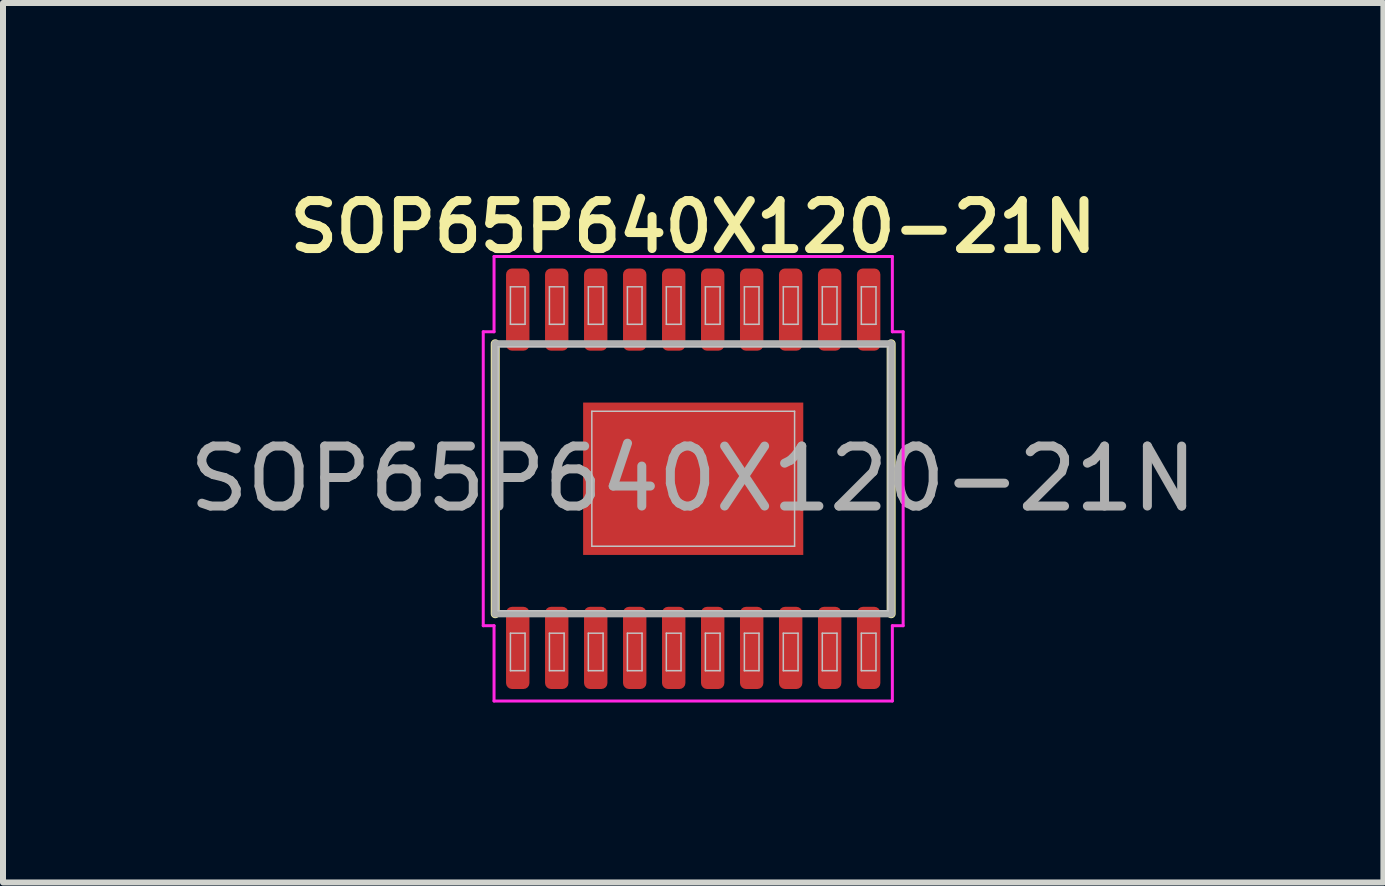
<source format=kicad_pcb>
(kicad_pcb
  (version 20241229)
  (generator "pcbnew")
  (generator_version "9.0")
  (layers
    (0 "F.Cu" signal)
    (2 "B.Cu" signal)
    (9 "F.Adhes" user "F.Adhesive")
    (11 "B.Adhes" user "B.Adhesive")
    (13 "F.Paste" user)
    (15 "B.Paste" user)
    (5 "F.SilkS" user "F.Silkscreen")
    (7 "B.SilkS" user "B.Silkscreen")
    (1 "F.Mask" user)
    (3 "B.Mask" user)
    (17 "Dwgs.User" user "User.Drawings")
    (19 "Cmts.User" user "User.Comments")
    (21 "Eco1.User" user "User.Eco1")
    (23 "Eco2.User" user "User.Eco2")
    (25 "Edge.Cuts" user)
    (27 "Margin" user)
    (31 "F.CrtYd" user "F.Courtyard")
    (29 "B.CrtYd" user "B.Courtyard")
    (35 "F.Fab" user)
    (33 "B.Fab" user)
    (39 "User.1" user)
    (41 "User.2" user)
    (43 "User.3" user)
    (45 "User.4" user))
  (footprint "SOP65P640X120-21N"
    (layer "F.Cu")
    (at 8.506 4.931)
    (property "Reference" "SOP65P640X120-21N" (at 0 -4.2 0) (layer "F.SilkS") (effects (font (size 0.8 0.8) (thickness 0.15))))
    (attr smd)
    (fp_line (start -3.3 2.25) (end -3.3 -2.25) (stroke (width 0.15) (type solid)) (layer "F.SilkS"))
    (fp_line (start 3.3 2.25) (end 3.3 -2.25) (stroke (width 0.15) (type solid)) (layer "F.SilkS"))
    (fp_line (start -3.25 -2.2) (end 3.25 -2.2) (stroke (width 0.025) (type solid)) (layer "Dwgs.User"))
    (fp_line (start -3.25 2.2) (end -3.25 -2.2) (stroke (width 0.025) (type solid)) (layer "Dwgs.User"))
    (fp_line (start -3.047 -3.2) (end -2.803 -3.2) (stroke (width 0.025) (type solid)) (layer "Dwgs.User"))
    (fp_line (start -3.047 -2.575) (end -3.047 -3.2) (stroke (width 0.025) (type solid)) (layer "Dwgs.User"))
    (fp_line (start -3.047 2.575) (end -2.803 2.575) (stroke (width 0.025) (type solid)) (layer "Dwgs.User"))
    (fp_line (start -3.047 3.2) (end -3.047 2.575) (stroke (width 0.025) (type solid)) (layer "Dwgs.User"))
    (fp_line (start -2.803 -3.2) (end -2.803 -2.575) (stroke (width 0.025) (type solid)) (layer "Dwgs.User"))
    (fp_line (start -2.803 -2.575) (end -3.047 -2.575) (stroke (width 0.025) (type solid)) (layer "Dwgs.User"))
    (fp_line (start -2.803 2.575) (end -2.803 3.2) (stroke (width 0.025) (type solid)) (layer "Dwgs.User"))
    (fp_line (start -2.803 3.2) (end -3.047 3.2) (stroke (width 0.025) (type solid)) (layer "Dwgs.User"))
    (fp_line (start -2.397 -3.2) (end -2.152 -3.2) (stroke (width 0.025) (type solid)) (layer "Dwgs.User"))
    (fp_line (start -2.397 -2.575) (end -2.397 -3.2) (stroke (width 0.025) (type solid)) (layer "Dwgs.User"))
    (fp_line (start -2.397 2.575) (end -2.152 2.575) (stroke (width 0.025) (type solid)) (layer "Dwgs.User"))
    (fp_line (start -2.397 3.2) (end -2.397 2.575) (stroke (width 0.025) (type solid)) (layer "Dwgs.User"))
    (fp_line (start -2.152 -3.2) (end -2.152 -2.575) (stroke (width 0.025) (type solid)) (layer "Dwgs.User"))
    (fp_line (start -2.152 -2.575) (end -2.397 -2.575) (stroke (width 0.025) (type solid)) (layer "Dwgs.User"))
    (fp_line (start -2.152 2.575) (end -2.152 3.2) (stroke (width 0.025) (type solid)) (layer "Dwgs.User"))
    (fp_line (start -2.152 3.2) (end -2.397 3.2) (stroke (width 0.025) (type solid)) (layer "Dwgs.User"))
    (fp_line (start -1.748 -3.2) (end -1.502 -3.2) (stroke (width 0.025) (type solid)) (layer "Dwgs.User"))
    (fp_line (start -1.748 -2.575) (end -1.748 -3.2) (stroke (width 0.025) (type solid)) (layer "Dwgs.User"))
    (fp_line (start -1.748 2.575) (end -1.502 2.575) (stroke (width 0.025) (type solid)) (layer "Dwgs.User"))
    (fp_line (start -1.748 3.2) (end -1.748 2.575) (stroke (width 0.025) (type solid)) (layer "Dwgs.User"))
    (fp_line (start -1.69 -1.125) (end 1.69 -1.125) (stroke (width 0.025) (type solid)) (layer "Dwgs.User"))
    (fp_line (start -1.69 1.125) (end -1.69 -1.125) (stroke (width 0.025) (type solid)) (layer "Dwgs.User"))
    (fp_line (start -1.502 -3.2) (end -1.502 -2.575) (stroke (width 0.025) (type solid)) (layer "Dwgs.User"))
    (fp_line (start -1.502 -2.575) (end -1.748 -2.575) (stroke (width 0.025) (type solid)) (layer "Dwgs.User"))
    (fp_line (start -1.502 2.575) (end -1.502 3.2) (stroke (width 0.025) (type solid)) (layer "Dwgs.User"))
    (fp_line (start -1.502 3.2) (end -1.748 3.2) (stroke (width 0.025) (type solid)) (layer "Dwgs.User"))
    (fp_line (start -1.097 -3.2) (end -0.853 -3.2) (stroke (width 0.025) (type solid)) (layer "Dwgs.User"))
    (fp_line (start -1.097 -2.575) (end -1.097 -3.2) (stroke (width 0.025) (type solid)) (layer "Dwgs.User"))
    (fp_line (start -1.097 2.575) (end -0.853 2.575) (stroke (width 0.025) (type solid)) (layer "Dwgs.User"))
    (fp_line (start -1.097 3.2) (end -1.097 2.575) (stroke (width 0.025) (type solid)) (layer "Dwgs.User"))
    (fp_line (start -0.853 -3.2) (end -0.853 -2.575) (stroke (width 0.025) (type solid)) (layer "Dwgs.User"))
    (fp_line (start -0.853 -2.575) (end -1.097 -2.575) (stroke (width 0.025) (type solid)) (layer "Dwgs.User"))
    (fp_line (start -0.853 2.575) (end -0.853 3.2) (stroke (width 0.025) (type solid)) (layer "Dwgs.User"))
    (fp_line (start -0.853 3.2) (end -1.097 3.2) (stroke (width 0.025) (type solid)) (layer "Dwgs.User"))
    (fp_line (start -0.448 -3.2) (end -0.203 -3.2) (stroke (width 0.025) (type solid)) (layer "Dwgs.User"))
    (fp_line (start -0.448 -2.575) (end -0.448 -3.2) (stroke (width 0.025) (type solid)) (layer "Dwgs.User"))
    (fp_line (start -0.448 2.575) (end -0.203 2.575) (stroke (width 0.025) (type solid)) (layer "Dwgs.User"))
    (fp_line (start -0.448 3.2) (end -0.448 2.575) (stroke (width 0.025) (type solid)) (layer "Dwgs.User"))
    (fp_line (start -0.203 -3.2) (end -0.203 -2.575) (stroke (width 0.025) (type solid)) (layer "Dwgs.User"))
    (fp_line (start -0.203 -2.575) (end -0.448 -2.575) (stroke (width 0.025) (type solid)) (layer "Dwgs.User"))
    (fp_line (start -0.203 2.575) (end -0.203 3.2) (stroke (width 0.025) (type solid)) (layer "Dwgs.User"))
    (fp_line (start -0.203 3.2) (end -0.448 3.2) (stroke (width 0.025) (type solid)) (layer "Dwgs.User"))
    (fp_line (start 0.203 -3.2) (end 0.448 -3.2) (stroke (width 0.025) (type solid)) (layer "Dwgs.User"))
    (fp_line (start 0.203 -2.575) (end 0.203 -3.2) (stroke (width 0.025) (type solid)) (layer "Dwgs.User"))
    (fp_line (start 0.203 2.575) (end 0.448 2.575) (stroke (width 0.025) (type solid)) (layer "Dwgs.User"))
    (fp_line (start 0.203 3.2) (end 0.203 2.575) (stroke (width 0.025) (type solid)) (layer "Dwgs.User"))
    (fp_line (start 0.448 -3.2) (end 0.448 -2.575) (stroke (width 0.025) (type solid)) (layer "Dwgs.User"))
    (fp_line (start 0.448 -2.575) (end 0.203 -2.575) (stroke (width 0.025) (type solid)) (layer "Dwgs.User"))
    (fp_line (start 0.448 2.575) (end 0.448 3.2) (stroke (width 0.025) (type solid)) (layer "Dwgs.User"))
    (fp_line (start 0.448 3.2) (end 0.203 3.2) (stroke (width 0.025) (type solid)) (layer "Dwgs.User"))
    (fp_line (start 0.853 -3.2) (end 1.097 -3.2) (stroke (width 0.025) (type solid)) (layer "Dwgs.User"))
    (fp_line (start 0.853 -2.575) (end 0.853 -3.2) (stroke (width 0.025) (type solid)) (layer "Dwgs.User"))
    (fp_line (start 0.853 2.575) (end 1.097 2.575) (stroke (width 0.025) (type solid)) (layer "Dwgs.User"))
    (fp_line (start 0.853 3.2) (end 0.853 2.575) (stroke (width 0.025) (type solid)) (layer "Dwgs.User"))
    (fp_line (start 1.097 -3.2) (end 1.097 -2.575) (stroke (width 0.025) (type solid)) (layer "Dwgs.User"))
    (fp_line (start 1.097 -2.575) (end 0.853 -2.575) (stroke (width 0.025) (type solid)) (layer "Dwgs.User"))
    (fp_line (start 1.097 2.575) (end 1.097 3.2) (stroke (width 0.025) (type solid)) (layer "Dwgs.User"))
    (fp_line (start 1.097 3.2) (end 0.853 3.2) (stroke (width 0.025) (type solid)) (layer "Dwgs.User"))
    (fp_line (start 1.502 -3.2) (end 1.748 -3.2) (stroke (width 0.025) (type solid)) (layer "Dwgs.User"))
    (fp_line (start 1.502 -2.575) (end 1.502 -3.2) (stroke (width 0.025) (type solid)) (layer "Dwgs.User"))
    (fp_line (start 1.502 2.575) (end 1.748 2.575) (stroke (width 0.025) (type solid)) (layer "Dwgs.User"))
    (fp_line (start 1.502 3.2) (end 1.502 2.575) (stroke (width 0.025) (type solid)) (layer "Dwgs.User"))
    (fp_line (start 1.69 -1.125) (end 1.69 1.125) (stroke (width 0.025) (type solid)) (layer "Dwgs.User"))
    (fp_line (start 1.69 1.125) (end -1.69 1.125) (stroke (width 0.025) (type solid)) (layer "Dwgs.User"))
    (fp_line (start 1.748 -3.2) (end 1.748 -2.575) (stroke (width 0.025) (type solid)) (layer "Dwgs.User"))
    (fp_line (start 1.748 -2.575) (end 1.502 -2.575) (stroke (width 0.025) (type solid)) (layer "Dwgs.User"))
    (fp_line (start 1.748 2.575) (end 1.748 3.2) (stroke (width 0.025) (type solid)) (layer "Dwgs.User"))
    (fp_line (start 1.748 3.2) (end 1.502 3.2) (stroke (width 0.025) (type solid)) (layer "Dwgs.User"))
    (fp_line (start 2.152 -3.2) (end 2.397 -3.2) (stroke (width 0.025) (type solid)) (layer "Dwgs.User"))
    (fp_line (start 2.152 -2.575) (end 2.152 -3.2) (stroke (width 0.025) (type solid)) (layer "Dwgs.User"))
    (fp_line (start 2.152 2.575) (end 2.397 2.575) (stroke (width 0.025) (type solid)) (layer "Dwgs.User"))
    (fp_line (start 2.152 3.2) (end 2.152 2.575) (stroke (width 0.025) (type solid)) (layer "Dwgs.User"))
    (fp_line (start 2.397 -3.2) (end 2.397 -2.575) (stroke (width 0.025) (type solid)) (layer "Dwgs.User"))
    (fp_line (start 2.397 -2.575) (end 2.152 -2.575) (stroke (width 0.025) (type solid)) (layer "Dwgs.User"))
    (fp_line (start 2.397 2.575) (end 2.397 3.2) (stroke (width 0.025) (type solid)) (layer "Dwgs.User"))
    (fp_line (start 2.397 3.2) (end 2.152 3.2) (stroke (width 0.025) (type solid)) (layer "Dwgs.User"))
    (fp_line (start 2.803 -3.2) (end 3.047 -3.2) (stroke (width 0.025) (type solid)) (layer "Dwgs.User"))
    (fp_line (start 2.803 -2.575) (end 2.803 -3.2) (stroke (width 0.025) (type solid)) (layer "Dwgs.User"))
    (fp_line (start 2.803 2.575) (end 3.047 2.575) (stroke (width 0.025) (type solid)) (layer "Dwgs.User"))
    (fp_line (start 2.803 3.2) (end 2.803 2.575) (stroke (width 0.025) (type solid)) (layer "Dwgs.User"))
    (fp_line (start 3.047 -3.2) (end 3.047 -2.575) (stroke (width 0.025) (type solid)) (layer "Dwgs.User"))
    (fp_line (start 3.047 -2.575) (end 2.803 -2.575) (stroke (width 0.025) (type solid)) (layer "Dwgs.User"))
    (fp_line (start 3.047 2.575) (end 3.047 3.2) (stroke (width 0.025) (type solid)) (layer "Dwgs.User"))
    (fp_line (start 3.047 3.2) (end 2.803 3.2) (stroke (width 0.025) (type solid)) (layer "Dwgs.User"))
    (fp_line (start 3.25 -2.2) (end 3.25 2.2) (stroke (width 0.025) (type solid)) (layer "Dwgs.User"))
    (fp_line (start 3.25 2.2) (end -3.25 2.2) (stroke (width 0.025) (type solid)) (layer "Dwgs.User"))
    (fp_line (start -3.5 -2.45) (end -3.5 2.45) (stroke (width 0.05) (type solid)) (layer "F.CrtYd"))
    (fp_line (start -3.5 2.45) (end -3.32 2.45) (stroke (width 0.05) (type solid)) (layer "F.CrtYd"))
    (fp_line (start -3.32 -3.705) (end -3.32 -2.45) (stroke (width 0.05) (type solid)) (layer "F.CrtYd"))
    (fp_line (start -3.32 -2.45) (end -3.5 -2.45) (stroke (width 0.05) (type solid)) (layer "F.CrtYd"))
    (fp_line (start -3.32 2.45) (end -3.32 3.705) (stroke (width 0.05) (type solid)) (layer "F.CrtYd"))
    (fp_line (start -3.32 3.705) (end 3.32 3.705) (stroke (width 0.05) (type solid)) (layer "F.CrtYd"))
    (fp_line (start 3.32 -3.705) (end -3.32 -3.705) (stroke (width 0.05) (type solid)) (layer "F.CrtYd"))
    (fp_line (start 3.32 -2.45) (end 3.32 -3.705) (stroke (width 0.05) (type solid)) (layer "F.CrtYd"))
    (fp_line (start 3.32 2.45) (end 3.5 2.45) (stroke (width 0.05) (type solid)) (layer "F.CrtYd"))
    (fp_line (start 3.32 3.705) (end 3.32 2.45) (stroke (width 0.05) (type solid)) (layer "F.CrtYd"))
    (fp_line (start 3.5 -2.45) (end 3.32 -2.45) (stroke (width 0.05) (type solid)) (layer "F.CrtYd"))
    (fp_line (start 3.5 2.45) (end 3.5 -2.45) (stroke (width 0.05) (type solid)) (layer "F.CrtYd"))
    (fp_line (start -3.3 -2.25) (end 3.3 -2.25) (stroke (width 0.12) (type solid)) (layer "F.Fab"))
    (fp_line (start -3.3 2.25) (end -3.3 -2.25) (stroke (width 0.12) (type solid)) (layer "F.Fab"))
    (fp_line (start 3.3 -2.25) (end 3.3 2.25) (stroke (width 0.12) (type solid)) (layer "F.Fab"))
    (fp_line (start 3.3 2.25) (end -3.3 2.25) (stroke (width 0.12) (type solid)) (layer "F.Fab"))
    (fp_text user "${REFERENCE}" (at 0 0 0) (layer "F.Fab") (effects (font (size 1 1) (thickness 0.15))))
    (pad "" smd rect (at -0.845 -0.565 90) (size 0.8 1.36) (layers "F.Paste"))
    (pad "" smd rect (at -0.845 0.565 90) (size 0.8 1.36) (layers "F.Paste"))
    (pad "" smd rect (at 0.845 -0.565 90) (size 0.8 1.36) (layers "F.Paste"))
    (pad "" smd rect (at 0.845 0.565 90) (size 0.8 1.36) (layers "F.Paste"))
    (pad "1" smd roundrect (at -2.925 2.82 90) (size 1.37 0.39) (layers "F.Cu" "F.Mask" "F.Paste") (roundrect_rratio 0.256))
    (pad "2" smd roundrect (at -2.275 2.82 90) (size 1.37 0.39) (layers "F.Cu" "F.Mask" "F.Paste") (roundrect_rratio 0.256))
    (pad "3" smd roundrect (at -1.625 2.82 90) (size 1.37 0.39) (layers "F.Cu" "F.Mask" "F.Paste") (roundrect_rratio 0.256))
    (pad "4" smd roundrect (at -0.975 2.82 90) (size 1.37 0.39) (layers "F.Cu" "F.Mask" "F.Paste") (roundrect_rratio 0.256))
    (pad "5" smd roundrect (at -0.325 2.82 90) (size 1.37 0.39) (layers "F.Cu" "F.Mask" "F.Paste") (roundrect_rratio 0.256))
    (pad "6" smd roundrect (at 0.325 2.82 90) (size 1.37 0.39) (layers "F.Cu" "F.Mask" "F.Paste") (roundrect_rratio 0.256))
    (pad "7" smd roundrect (at 0.975 2.82 90) (size 1.37 0.39) (layers "F.Cu" "F.Mask" "F.Paste") (roundrect_rratio 0.256))
    (pad "8" smd roundrect (at 1.625 2.82 90) (size 1.37 0.39) (layers "F.Cu" "F.Mask" "F.Paste") (roundrect_rratio 0.256))
    (pad "9" smd roundrect (at 2.275 2.82 90) (size 1.37 0.39) (layers "F.Cu" "F.Mask" "F.Paste") (roundrect_rratio 0.256))
    (pad "10" smd roundrect (at 2.925 2.82 90) (size 1.37 0.39) (layers "F.Cu" "F.Mask" "F.Paste") (roundrect_rratio 0.256))
    (pad "11" smd roundrect (at 2.925 -2.82 90) (size 1.37 0.39) (layers "F.Cu" "F.Mask" "F.Paste") (roundrect_rratio 0.256))
    (pad "12" smd roundrect (at 2.275 -2.82 90) (size 1.37 0.39) (layers "F.Cu" "F.Mask" "F.Paste") (roundrect_rratio 0.256))
    (pad "13" smd roundrect (at 1.625 -2.82 90) (size 1.37 0.39) (layers "F.Cu" "F.Mask" "F.Paste") (roundrect_rratio 0.256))
    (pad "14" smd roundrect (at 0.975 -2.82 90) (size 1.37 0.39) (layers "F.Cu" "F.Mask" "F.Paste") (roundrect_rratio 0.256))
    (pad "15" smd roundrect (at 0.325 -2.82 90) (size 1.37 0.39) (layers "F.Cu" "F.Mask" "F.Paste") (roundrect_rratio 0.256))
    (pad "16" smd roundrect (at -0.325 -2.82 90) (size 1.37 0.39) (layers "F.Cu" "F.Mask" "F.Paste") (roundrect_rratio 0.256))
    (pad "17" smd roundrect (at -0.975 -2.82 90) (size 1.37 0.39) (layers "F.Cu" "F.Mask" "F.Paste") (roundrect_rratio 0.256))
    (pad "18" smd roundrect (at -1.625 -2.82 90) (size 1.37 0.39) (layers "F.Cu" "F.Mask" "F.Paste") (roundrect_rratio 0.256))
    (pad "19" smd roundrect (at -2.275 -2.82 90) (size 1.37 0.39) (layers "F.Cu" "F.Mask" "F.Paste") (roundrect_rratio 0.256))
    (pad "20" smd roundrect (at -2.925 -2.82 90) (size 1.37 0.39) (layers "F.Cu" "F.Mask" "F.Paste") (roundrect_rratio 0.256))
    (pad "21" smd rect (at 0 0 90) (size 2.54 3.67) (layers "F.Cu" "F.Mask")))
  (gr_rect
    (start -3 -3)
    (end 20.012 11.661)
    (stroke (width 0.1) (type default))
    (fill no)
    (layer "Edge.Cuts")))
</source>
